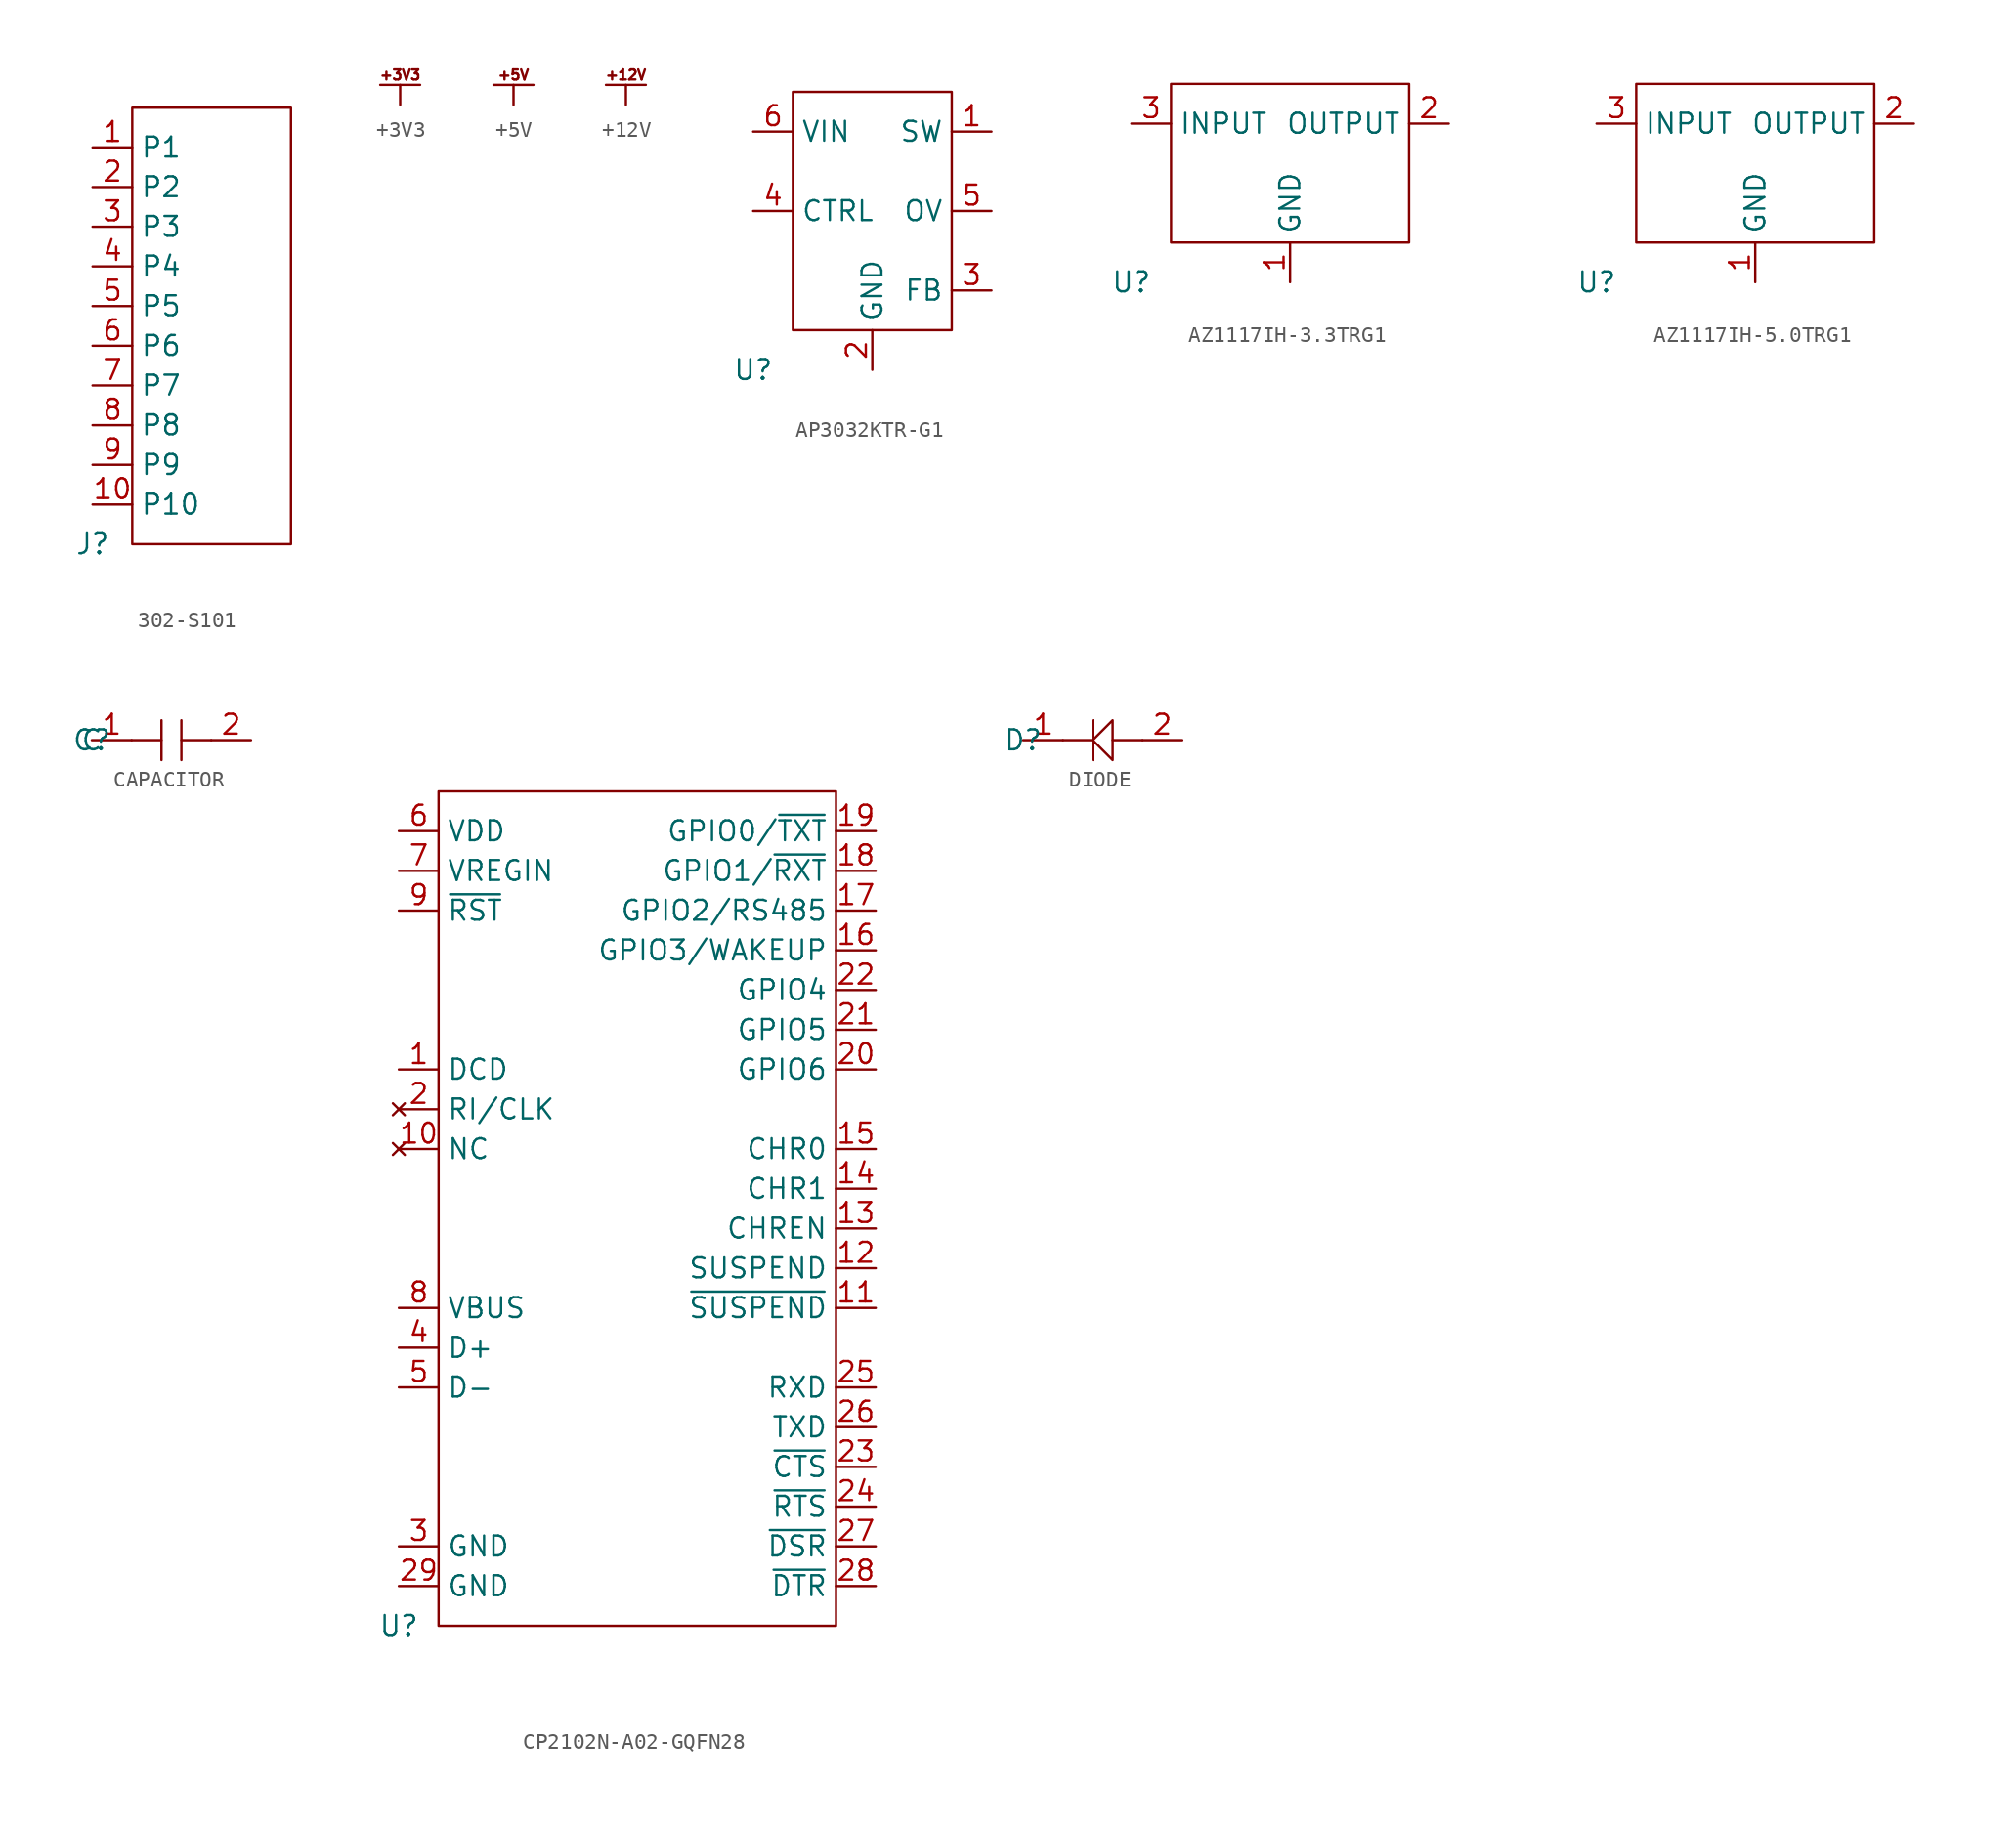
<source format=kicad_sym>
(kicad_symbol_lib
  (version 20220914)
  (generator kicad_symbol_editor)
  (symbol "302-S101"
    (property "Reference" "J"
      (at 0 0 0)
      (effects (font (size 1.27 1.27))))
    (symbol "302-S101_0_1"
      (rectangle (start 2.54 27.94) (end 12.7 0) (stroke (width 0) (type default)) (fill (type none))))
    (symbol "302-S101_1_1"
      (pin unspecified line (at 0 25.4 0) (length 2.54) (name "P1" (effects (font (size 1.27 1.27)))) (number "1" (effects (font (size 1.27 1.27)))) (alternate "+12V" power_out line) (alternate "BAT-" passive line))
      (pin unspecified line (at 0 2.54 0) (length 2.54) (name "P10" (effects (font (size 1.27 1.27)))) (number "10" (effects (font (size 1.27 1.27)))) (alternate "BTN_C0" output line) (alternate "LED7" input line))
      (pin unspecified line (at 0 22.86 0) (length 2.54) (name "P2" (effects (font (size 1.27 1.27)))) (number "2" (effects (font (size 1.27 1.27)))) (alternate "BAT+" power_in line) (alternate "LED0" input line))
      (pin unspecified line (at 0 20.32 0) (length 2.54) (name "P3" (effects (font (size 1.27 1.27)))) (number "3" (effects (font (size 1.27 1.27)))) (alternate "+5V" power_in line) (alternate "LED1" input line))
      (pin unspecified line (at 0 17.78 0) (length 2.54) (name "P4" (effects (font (size 1.27 1.27)))) (number "4" (effects (font (size 1.27 1.27)))) (alternate "LED" input line) (alternate "LED2" input line))
      (pin unspecified line (at 0 15.24 0) (length 2.54) (name "P5" (effects (font (size 1.27 1.27)))) (number "5" (effects (font (size 1.27 1.27)))) (alternate "BTN_R2" input line) (alternate "LED3" input line))
      (pin unspecified line (at 0 12.7 0) (length 2.54) (name "P6" (effects (font (size 1.27 1.27)))) (number "6" (effects (font (size 1.27 1.27)))) (alternate "GND" passive line) (alternate "LED4" input line))
      (pin unspecified line (at 0 10.16 0) (length 2.54) (name "P7" (effects (font (size 1.27 1.27)))) (number "7" (effects (font (size 1.27 1.27)))) (alternate "BTN_R1" input line) (alternate "LED5" input line))
      (pin unspecified line (at 0 7.62 0) (length 2.54) (name "P8" (effects (font (size 1.27 1.27)))) (number "8" (effects (font (size 1.27 1.27)))) (alternate "BTN_C1" output line) (alternate "LED6" input line))
      (pin unspecified line (at 0 5.08 0) (length 2.54) (name "P9" (effects (font (size 1.27 1.27)))) (number "9" (effects (font (size 1.27 1.27)))) (alternate "BTN_R0" input line) (alternate "GND" passive line))))
  (symbol "+3V3"
    (power)
    (pin_names
      (offset 0))
    (property "Reference" "#PWR"
      (at 0 0 0)
      (effects (font (size 1.27 1.27)) hide))
    (symbol "+3V3_0_1"
      (polyline (pts (xy -1.27 1.27) (xy 1.27 1.27)) (stroke (width 0) (type default)) (fill (type none)))
      (polyline (pts (xy 0 0) (xy 0 1.27)) (stroke (width 0) (type default)) (fill (type none))))
    (symbol "+3V3_1_1"
      (text "+3V3" (at 0 1.905 0) (effects (font (size 0.635 0.635))))
      (pin power_in line (at 0 0 90) (length 0) hide (name "+3V3" (effects (font (size 1.27 1.27)))) (number "1" (effects (font (size 1.27 1.27)))))))
  (symbol "+5V"
    (power)
    (pin_names
      (offset 0))
    (property "Reference" "#PWR"
      (at 0 0 0)
      (effects (font (size 1.27 1.27)) hide))
    (symbol "+5V_0_1"
      (polyline (pts (xy -1.27 1.27) (xy 1.27 1.27)) (stroke (width 0) (type default)) (fill (type none)))
      (polyline (pts (xy 0 0) (xy 0 1.27)) (stroke (width 0) (type default)) (fill (type none))))
    (symbol "+5V_1_1"
      (text "+5V" (at 0 1.905 0) (effects (font (size 0.635 0.635))))
      (pin power_in line (at 0 0 90) (length 0) hide (name "+5V" (effects (font (size 1.27 1.27)))) (number "1" (effects (font (size 1.27 1.27)))))))
  (symbol "+12V"
    (power)
    (pin_names
      (offset 0))
    (property "Reference" "#PWR"
      (at 0 0 0)
      (effects (font (size 1.27 1.27)) hide))
    (symbol "+12V_0_1"
      (polyline (pts (xy -1.27 1.27) (xy 1.27 1.27)) (stroke (width 0) (type default)) (fill (type none)))
      (polyline (pts (xy 0 0) (xy 0 1.27)) (stroke (width 0) (type default)) (fill (type none))))
    (symbol "+12V_1_1"
      (text "+12V" (at 0 1.905 0) (effects (font (size 0.635 0.635))))
      (pin power_in line (at 0 0 90) (length 0) hide (name "+12V" (effects (font (size 1.27 1.27)))) (number "1" (effects (font (size 1.27 1.27)))))))
  (symbol "AP3032KTR-G1"
    (property "Reference" "U"
      (at 0 0 0)
      (effects (font (size 1.27 1.27))))
    (symbol "AP3032KTR-G1_0_1"
      (rectangle (start 2.54 17.78) (end 12.7 2.54) (stroke (width 0) (type default)) (fill (type none))))
    (symbol "AP3032KTR-G1_1_1"
      (pin power_out line (at 15.24 15.24 180) (length 2.54) (name "SW" (effects (font (size 1.27 1.27)))) (number "1" (effects (font (size 1.27 1.27)))))
      (pin passive line (at 7.62 0 90) (length 2.54) (name "GND" (effects (font (size 1.27 1.27)))) (number "2" (effects (font (size 1.27 1.27)))))
      (pin input line (at 15.24 5.08 180) (length 2.54) (name "FB" (effects (font (size 1.27 1.27)))) (number "3" (effects (font (size 1.27 1.27)))))
      (pin input line (at 0 10.16 0) (length 2.54) (name "CTRL" (effects (font (size 1.27 1.27)))) (number "4" (effects (font (size 1.27 1.27)))))
      (pin input line (at 15.24 10.16 180) (length 2.54) (name "OV" (effects (font (size 1.27 1.27)))) (number "5" (effects (font (size 1.27 1.27)))))
      (pin power_in line (at 0 15.24 0) (length 2.54) (name "VIN" (effects (font (size 1.27 1.27)))) (number "6" (effects (font (size 1.27 1.27)))))))
  (symbol "AZ1117IH-3.3TRG1"
    (property "Reference" "U"
      (at 0 0 0)
      (effects (font (size 1.27 1.27))))
    (symbol "AZ1117IH-3.3TRG1_0_1"
      (rectangle (start 2.54 12.7) (end 17.78 2.54) (stroke (width 0) (type default)) (fill (type none))))
    (symbol "AZ1117IH-3.3TRG1_1_1"
      (pin passive line (at 10.16 0 90) (length 2.54) (name "GND" (effects (font (size 1.27 1.27)))) (number "1" (effects (font (size 1.27 1.27)))))
      (pin power_out line (at 20.32 10.16 180) (length 2.54) (name "OUTPUT" (effects (font (size 1.27 1.27)))) (number "2" (effects (font (size 1.27 1.27)))))
      (pin power_in line (at 0 10.16 0) (length 2.54) (name "INPUT" (effects (font (size 1.27 1.27)))) (number "3" (effects (font (size 1.27 1.27)))))))
  (symbol "AZ1117IH-5.0TRG1"
    (property "Reference" "U"
      (at 0 0 0)
      (effects (font (size 1.27 1.27))))
    (symbol "AZ1117IH-5.0TRG1_0_1"
      (rectangle (start 2.54 12.7) (end 17.78 2.54) (stroke (width 0) (type default)) (fill (type none))))
    (symbol "AZ1117IH-5.0TRG1_1_1"
      (pin passive line (at 10.16 0 90) (length 2.54) (name "GND" (effects (font (size 1.27 1.27)))) (number "1" (effects (font (size 1.27 1.27)))))
      (pin power_out line (at 20.32 10.16 180) (length 2.54) (name "OUTPUT" (effects (font (size 1.27 1.27)))) (number "2" (effects (font (size 1.27 1.27)))))
      (pin power_in line (at 0 10.16 0) (length 2.54) (name "INPUT" (effects (font (size 1.27 1.27)))) (number "3" (effects (font (size 1.27 1.27)))))))
  (symbol "CAPACITOR"
    (pin_names
      (offset 0))
    (property "Reference" "C"
      (at 0 0 0)
      (effects (font (size 1.27 1.27))))
    (property "Value" "C"
      (at 0 0 0)
      (effects (font (size 1.27 1.27))))
    (symbol "CAPACITOR_0_1"
      (polyline (pts (xy 2.54 0) (xy 4.445 0)) (stroke (width 0) (type default)) (fill (type none)))
      (polyline (pts (xy 4.445 1.27) (xy 4.445 -1.27)) (stroke (width 0) (type default)) (fill (type none)))
      (polyline (pts (xy 5.715 1.27) (xy 5.715 -1.27)) (stroke (width 0) (type default)) (fill (type none)))
      (polyline (pts (xy 7.62 0) (xy 5.715 0)) (stroke (width 0) (type default)) (fill (type none))))
    (symbol "CAPACITOR_1_1"
      (pin passive line (at 0 0 0) (length 2.54) (name "" (effects (font (size 1.27 1.27)))) (number "1" (effects (font (size 1.27 1.27)))))
      (pin passive line (at 10.16 0 180) (length 2.54) (name "" (effects (font (size 1.27 1.27)))) (number "2" (effects (font (size 1.27 1.27)))))))
  (symbol "CP2102N-A02-GQFN28"
    (property "Reference" "U"
      (at 0 0 0)
      (effects (font (size 1.27 1.27))))
    (symbol "CP2102N-A02-GQFN28_0_1"
      (rectangle (start 2.54 53.34) (end 27.94 0) (stroke (width 0) (type default)) (fill (type none))))
    (symbol "CP2102N-A02-GQFN28_1_1"
      (pin input line (at 0 35.56 0) (length 2.54) (name "DCD" (effects (font (size 1.27 1.27)))) (number "1" (effects (font (size 1.27 1.27)))))
      (pin no_connect line (at 0 30.48 0) (length 2.54) (name "NC" (effects (font (size 1.27 1.27)))) (number "10" (effects (font (size 1.27 1.27)))))
      (pin output line (at 30.48 20.32 180) (length 2.54) (name "~{SUSPEND}" (effects (font (size 1.27 1.27)))) (number "11" (effects (font (size 1.27 1.27)))))
      (pin output line (at 30.48 22.86 180) (length 2.54) (name "SUSPEND" (effects (font (size 1.27 1.27)))) (number "12" (effects (font (size 1.27 1.27)))))
      (pin output line (at 30.48 25.4 180) (length 2.54) (name "CHREN" (effects (font (size 1.27 1.27)))) (number "13" (effects (font (size 1.27 1.27)))))
      (pin output line (at 30.48 27.94 180) (length 2.54) (name "CHR1" (effects (font (size 1.27 1.27)))) (number "14" (effects (font (size 1.27 1.27)))))
      (pin output line (at 30.48 30.48 180) (length 2.54) (name "CHR0" (effects (font (size 1.27 1.27)))) (number "15" (effects (font (size 1.27 1.27)))))
      (pin bidirectional line (at 30.48 43.18 180) (length 2.54) (name "GPIO3/WAKEUP" (effects (font (size 1.27 1.27)))) (number "16" (effects (font (size 1.27 1.27)))) (alternate "GPIO3" bidirectional line) (alternate "WAKEUP" input line))
      (pin bidirectional line (at 30.48 45.72 180) (length 2.54) (name "GPIO2/RS485" (effects (font (size 1.27 1.27)))) (number "17" (effects (font (size 1.27 1.27)))) (alternate "GPIO2" bidirectional line) (alternate "RS485" output line))
      (pin bidirectional line (at 30.48 48.26 180) (length 2.54) (name "GPIO1/~{RXT}" (effects (font (size 1.27 1.27)))) (number "18" (effects (font (size 1.27 1.27)))) (alternate "GPIO1" bidirectional line) (alternate "~{RXT}" open_collector line))
      (pin bidirectional line (at 30.48 50.8 180) (length 2.54) (name "GPIO0/~{TXT}" (effects (font (size 1.27 1.27)))) (number "19" (effects (font (size 1.27 1.27)))) (alternate "GPIO0" bidirectional line) (alternate "~{TXT}" open_collector line))
      (pin no_connect line (at 0 33.02 0) (length 2.54) (name "RI/CLK" (effects (font (size 1.27 1.27)))) (number "2" (effects (font (size 1.27 1.27)))) (alternate "CLK" output line) (alternate "RI" input line))
      (pin bidirectional line (at 30.48 35.56 180) (length 2.54) (name "GPIO6" (effects (font (size 1.27 1.27)))) (number "20" (effects (font (size 1.27 1.27)))))
      (pin bidirectional line (at 30.48 38.1 180) (length 2.54) (name "GPIO5" (effects (font (size 1.27 1.27)))) (number "21" (effects (font (size 1.27 1.27)))))
      (pin bidirectional line (at 30.48 40.64 180) (length 2.54) (name "GPIO4" (effects (font (size 1.27 1.27)))) (number "22" (effects (font (size 1.27 1.27)))))
      (pin input line (at 30.48 10.16 180) (length 2.54) (name "~{CTS}" (effects (font (size 1.27 1.27)))) (number "23" (effects (font (size 1.27 1.27)))))
      (pin output line (at 30.48 7.62 180) (length 2.54) (name "~{RTS}" (effects (font (size 1.27 1.27)))) (number "24" (effects (font (size 1.27 1.27)))))
      (pin input line (at 30.48 15.24 180) (length 2.54) (name "RXD" (effects (font (size 1.27 1.27)))) (number "25" (effects (font (size 1.27 1.27)))))
      (pin output line (at 30.48 12.7 180) (length 2.54) (name "TXD" (effects (font (size 1.27 1.27)))) (number "26" (effects (font (size 1.27 1.27)))))
      (pin input line (at 30.48 5.08 180) (length 2.54) (name "~{DSR}" (effects (font (size 1.27 1.27)))) (number "27" (effects (font (size 1.27 1.27)))))
      (pin output line (at 30.48 2.54 180) (length 2.54) (name "~{DTR}" (effects (font (size 1.27 1.27)))) (number "28" (effects (font (size 1.27 1.27)))))
      (pin passive line (at 0 2.54 0) (length 2.54) (name "GND" (effects (font (size 1.27 1.27)))) (number "29" (effects (font (size 1.27 1.27)))))
      (pin passive line (at 0 5.08 0) (length 2.54) (name "GND" (effects (font (size 1.27 1.27)))) (number "3" (effects (font (size 1.27 1.27)))))
      (pin bidirectional line (at 0 17.78 0) (length 2.54) (name "D+" (effects (font (size 1.27 1.27)))) (number "4" (effects (font (size 1.27 1.27)))))
      (pin bidirectional line (at 0 15.24 0) (length 2.54) (name "D-" (effects (font (size 1.27 1.27)))) (number "5" (effects (font (size 1.27 1.27)))))
      (pin power_in line (at 0 50.8 0) (length 2.54) (name "VDD" (effects (font (size 1.27 1.27)))) (number "6" (effects (font (size 1.27 1.27)))) (alternate "VDD" power_out line))
      (pin power_in line (at 0 48.26 0) (length 2.54) (name "VREGIN" (effects (font (size 1.27 1.27)))) (number "7" (effects (font (size 1.27 1.27)))))
      (pin power_in line (at 0 20.32 0) (length 2.54) (name "VBUS" (effects (font (size 1.27 1.27)))) (number "8" (effects (font (size 1.27 1.27)))))
      (pin input line (at 0 45.72 0) (length 2.54) (name "~{RST}" (effects (font (size 1.27 1.27)))) (number "9" (effects (font (size 1.27 1.27)))))))
  (symbol "DIODE"
    (pin_names
      (offset 0))
    (property "Reference" "D"
      (at 0 0 0)
      (effects (font (size 1.27 1.27))))
    (property "Value" ""
      (at 0 0 0)
      (effects (font (size 1.27 1.27))))
    (symbol "DIODE_0_1"
      (polyline (pts (xy 4.445 0) (xy 2.54 0)) (stroke (width 0) (type default)) (fill (type none)))
      (polyline (pts (xy 4.445 1.27) (xy 4.445 -1.27)) (stroke (width 0) (type default)) (fill (type none)))
      (polyline (pts (xy 7.62 0) (xy 5.715 0)) (stroke (width 0) (type default)) (fill (type none)))
      (polyline (pts (xy 4.445 0) (xy 5.715 -1.27) (xy 5.715 1.27) (xy 4.445 0)) (stroke (width 0) (type default)) (fill (type none))))
    (symbol "DIODE_1_1"
      (pin passive line (at 0 0 0) (length 2.54) (name "" (effects (font (size 1.27 1.27)))) (number "1" (effects (font (size 1.27 1.27)))))
      (pin passive line (at 10.16 0 180) (length 2.54) (name "" (effects (font (size 1.27 1.27)))) (number "2" (effects (font (size 1.27 1.27))))))))
</source>
